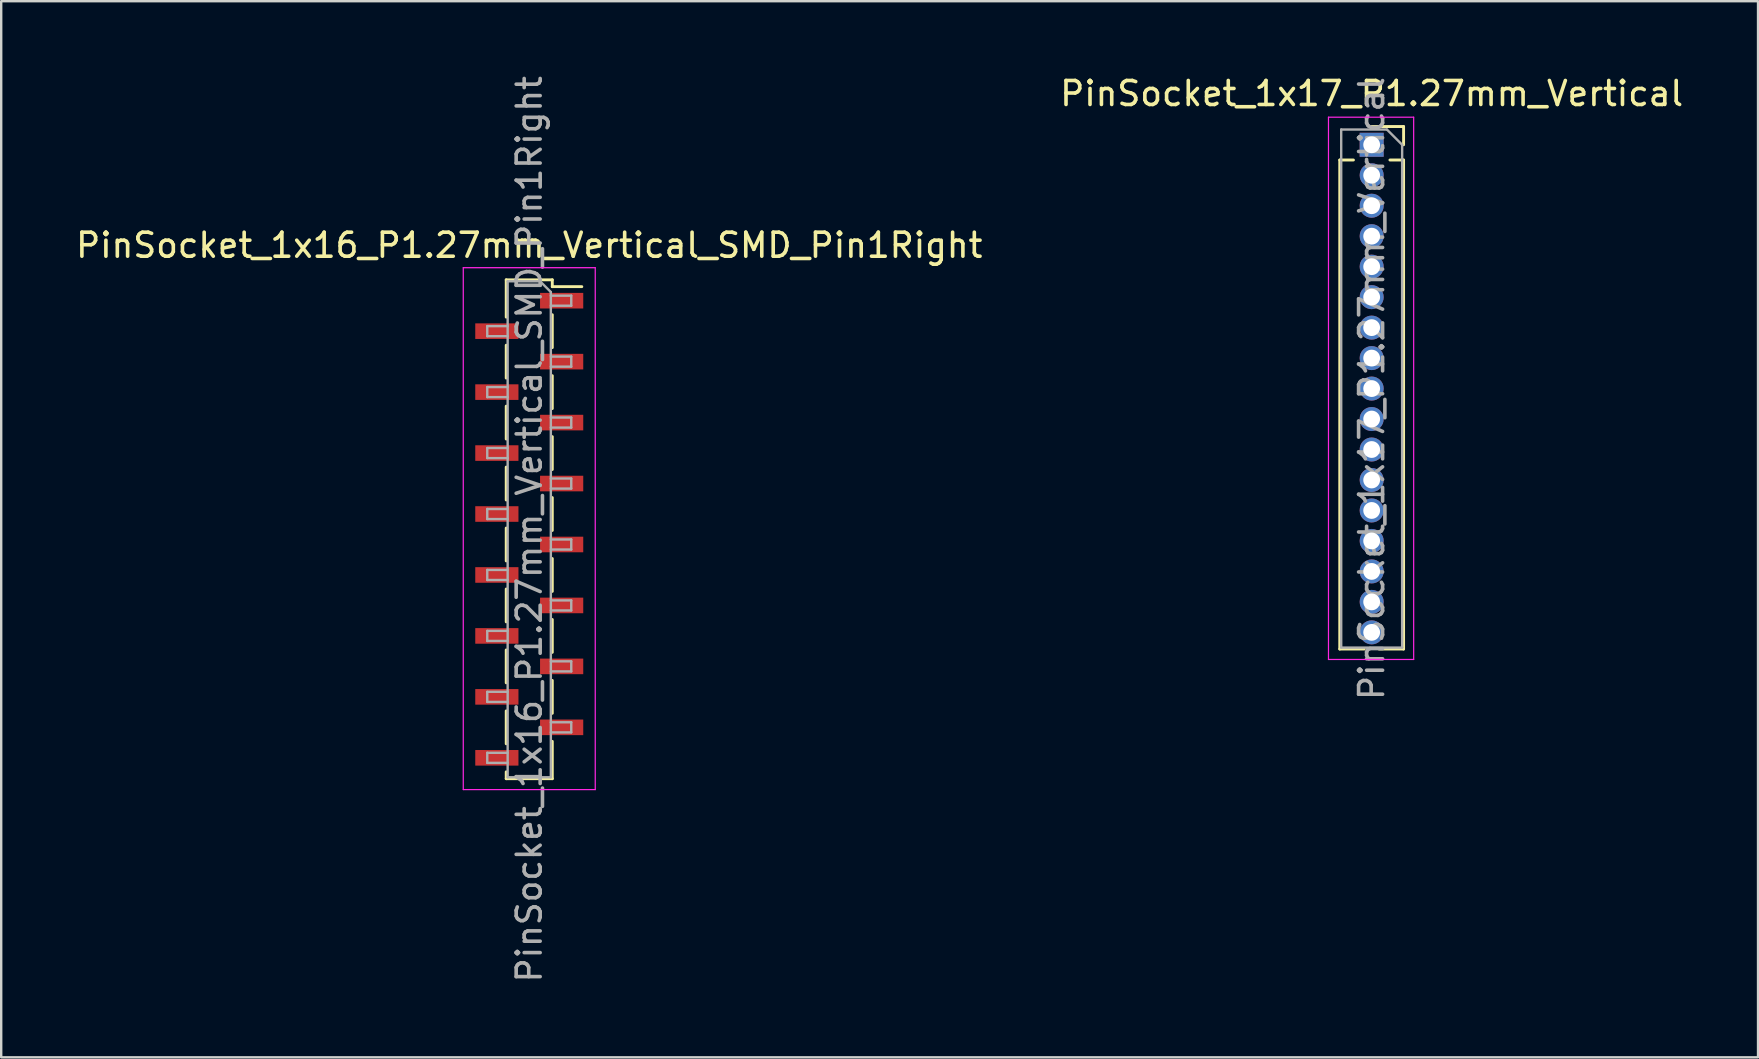
<source format=kicad_pcb>
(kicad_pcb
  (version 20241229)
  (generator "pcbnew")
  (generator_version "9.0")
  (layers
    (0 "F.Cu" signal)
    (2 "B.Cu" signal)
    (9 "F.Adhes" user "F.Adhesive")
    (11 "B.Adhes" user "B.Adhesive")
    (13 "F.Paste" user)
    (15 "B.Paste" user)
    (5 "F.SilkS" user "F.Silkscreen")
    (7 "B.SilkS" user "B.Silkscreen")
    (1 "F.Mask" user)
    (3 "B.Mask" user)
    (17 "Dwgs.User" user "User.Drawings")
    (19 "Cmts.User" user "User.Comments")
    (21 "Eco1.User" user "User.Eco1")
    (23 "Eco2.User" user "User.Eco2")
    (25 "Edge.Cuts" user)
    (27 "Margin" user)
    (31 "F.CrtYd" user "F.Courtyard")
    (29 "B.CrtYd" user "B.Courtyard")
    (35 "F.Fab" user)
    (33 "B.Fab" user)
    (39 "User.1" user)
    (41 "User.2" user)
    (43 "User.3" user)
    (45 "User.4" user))
  (footprint "PinSocket_1x17_P1.27mm_Vertical"
    (layer "F.Cu")
    (at 54.113 2.983)
    (property "Reference" "PinSocket_1x17_P1.27mm_Vertical" (at 0 -2.135 0) (layer "F.SilkS") (effects (font (size 1 1) (thickness 0.15))))
    (attr through_hole)
    (fp_line (start -1.33 0.635) (end -1.33 21.015) (stroke (width 0.12) (type solid)) (layer "F.SilkS"))
    (fp_line (start -1.33 0.635) (end -0.76 0.635) (stroke (width 0.12) (type solid)) (layer "F.SilkS"))
    (fp_line (start -1.33 21.015) (end -0.308 21.015) (stroke (width 0.12) (type solid)) (layer "F.SilkS"))
    (fp_line (start 0 -0.76) (end 1.33 -0.76) (stroke (width 0.12) (type solid)) (layer "F.SilkS"))
    (fp_line (start 0.308 21.015) (end 1.33 21.015) (stroke (width 0.12) (type solid)) (layer "F.SilkS"))
    (fp_line (start 0.76 0.635) (end 1.33 0.635) (stroke (width 0.12) (type solid)) (layer "F.SilkS"))
    (fp_line (start 1.33 -0.76) (end 1.33 0) (stroke (width 0.12) (type solid)) (layer "F.SilkS"))
    (fp_line (start 1.33 0.635) (end 1.33 21.015) (stroke (width 0.12) (type solid)) (layer "F.SilkS"))
    (fp_line (start -1.8 -1.15) (end 1.75 -1.15) (stroke (width 0.05) (type solid)) (layer "F.CrtYd"))
    (fp_line (start -1.8 21.45) (end -1.8 -1.15) (stroke (width 0.05) (type solid)) (layer "F.CrtYd"))
    (fp_line (start 1.75 -1.15) (end 1.75 21.45) (stroke (width 0.05) (type solid)) (layer "F.CrtYd"))
    (fp_line (start 1.75 21.45) (end -1.8 21.45) (stroke (width 0.05) (type solid)) (layer "F.CrtYd"))
    (fp_line (start -1.27 -0.635) (end 0.635 -0.635) (stroke (width 0.1) (type solid)) (layer "F.Fab"))
    (fp_line (start -1.27 20.955) (end -1.27 -0.635) (stroke (width 0.1) (type solid)) (layer "F.Fab"))
    (fp_line (start 0.635 -0.635) (end 1.27 0) (stroke (width 0.1) (type solid)) (layer "F.Fab"))
    (fp_line (start 1.27 0) (end 1.27 20.955) (stroke (width 0.1) (type solid)) (layer "F.Fab"))
    (fp_line (start 1.27 20.955) (end -1.27 20.955) (stroke (width 0.1) (type solid)) (layer "F.Fab"))
    (fp_text user "${REFERENCE}" (at 0 10.16 90) (layer "F.Fab") (effects (font (size 1 1) (thickness 0.15))))
    (pad "1" thru_hole rect (at 0 0) (size 1 1) (drill 0.7) (layers "*.Cu" "*.Mask"))
    (pad "2" thru_hole oval (at 0 1.27) (size 1 1) (drill 0.7) (layers "*.Cu" "*.Mask"))
    (pad "3" thru_hole oval (at 0 2.54) (size 1 1) (drill 0.7) (layers "*.Cu" "*.Mask"))
    (pad "4" thru_hole oval (at 0 3.81) (size 1 1) (drill 0.7) (layers "*.Cu" "*.Mask"))
    (pad "5" thru_hole oval (at 0 5.08) (size 1 1) (drill 0.7) (layers "*.Cu" "*.Mask"))
    (pad "6" thru_hole oval (at 0 6.35) (size 1 1) (drill 0.7) (layers "*.Cu" "*.Mask"))
    (pad "7" thru_hole oval (at 0 7.62) (size 1 1) (drill 0.7) (layers "*.Cu" "*.Mask"))
    (pad "8" thru_hole oval (at 0 8.89) (size 1 1) (drill 0.7) (layers "*.Cu" "*.Mask"))
    (pad "9" thru_hole oval (at 0 10.16) (size 1 1) (drill 0.7) (layers "*.Cu" "*.Mask"))
    (pad "10" thru_hole oval (at 0 11.43) (size 1 1) (drill 0.7) (layers "*.Cu" "*.Mask"))
    (pad "11" thru_hole oval (at 0 12.7) (size 1 1) (drill 0.7) (layers "*.Cu" "*.Mask"))
    (pad "12" thru_hole oval (at 0 13.97) (size 1 1) (drill 0.7) (layers "*.Cu" "*.Mask"))
    (pad "13" thru_hole oval (at 0 15.24) (size 1 1) (drill 0.7) (layers "*.Cu" "*.Mask"))
    (pad "14" thru_hole oval (at 0 16.51) (size 1 1) (drill 0.7) (layers "*.Cu" "*.Mask"))
    (pad "15" thru_hole oval (at 0 17.78) (size 1 1) (drill 0.7) (layers "*.Cu" "*.Mask"))
    (pad "16" thru_hole oval (at 0 19.05) (size 1 1) (drill 0.7) (layers "*.Cu" "*.Mask"))
    (pad "17" thru_hole oval (at 0 20.32) (size 1 1) (drill 0.7) (layers "*.Cu" "*.Mask")))
  (footprint "PinSocket_1x16_P1.27mm_Vertical_SMD_Pin1Right"
    (layer "F.Cu")
    (at 19.006 19.006)
    (property "Reference" "PinSocket_1x16_P1.27mm_Vertical_SMD_Pin1Right" (at 0 -11.835 0) (layer "F.SilkS") (effects (font (size 1 1) (thickness 0.15))))
    (attr smd)
    (fp_line (start -0.96 -10.395) (end -0.96 -8.84) (stroke (width 0.12) (type solid)) (layer "F.SilkS"))
    (fp_line (start -0.96 -10.395) (end 0.96 -10.395) (stroke (width 0.12) (type solid)) (layer "F.SilkS"))
    (fp_line (start -0.96 -7.67) (end -0.96 -6.3) (stroke (width 0.12) (type solid)) (layer "F.SilkS"))
    (fp_line (start -0.96 -5.13) (end -0.96 -3.76) (stroke (width 0.12) (type solid)) (layer "F.SilkS"))
    (fp_line (start -0.96 -2.59) (end -0.96 -1.22) (stroke (width 0.12) (type solid)) (layer "F.SilkS"))
    (fp_line (start -0.96 -0.05) (end -0.96 1.32) (stroke (width 0.12) (type solid)) (layer "F.SilkS"))
    (fp_line (start -0.96 2.49) (end -0.96 3.86) (stroke (width 0.12) (type solid)) (layer "F.SilkS"))
    (fp_line (start -0.96 5.03) (end -0.96 6.4) (stroke (width 0.12) (type solid)) (layer "F.SilkS"))
    (fp_line (start -0.96 7.57) (end -0.96 8.94) (stroke (width 0.12) (type solid)) (layer "F.SilkS"))
    (fp_line (start -0.96 10.11) (end -0.96 10.395) (stroke (width 0.12) (type solid)) (layer "F.SilkS"))
    (fp_line (start -0.96 10.395) (end 0.96 10.395) (stroke (width 0.12) (type solid)) (layer "F.SilkS"))
    (fp_line (start 0.96 -10.395) (end 0.96 -10.11) (stroke (width 0.12) (type solid)) (layer "F.SilkS"))
    (fp_line (start 0.96 -10.11) (end 2.19 -10.11) (stroke (width 0.12) (type solid)) (layer "F.SilkS"))
    (fp_line (start 0.96 -8.94) (end 0.96 -7.57) (stroke (width 0.12) (type solid)) (layer "F.SilkS"))
    (fp_line (start 0.96 -6.4) (end 0.96 -5.03) (stroke (width 0.12) (type solid)) (layer "F.SilkS"))
    (fp_line (start 0.96 -3.86) (end 0.96 -2.49) (stroke (width 0.12) (type solid)) (layer "F.SilkS"))
    (fp_line (start 0.96 -1.32) (end 0.96 0.05) (stroke (width 0.12) (type solid)) (layer "F.SilkS"))
    (fp_line (start 0.96 1.22) (end 0.96 2.59) (stroke (width 0.12) (type solid)) (layer "F.SilkS"))
    (fp_line (start 0.96 3.76) (end 0.96 5.13) (stroke (width 0.12) (type solid)) (layer "F.SilkS"))
    (fp_line (start 0.96 6.3) (end 0.96 7.67) (stroke (width 0.12) (type solid)) (layer "F.SilkS"))
    (fp_line (start 0.96 8.84) (end 0.96 10.395) (stroke (width 0.12) (type solid)) (layer "F.SilkS"))
    (fp_line (start -2.75 -10.9) (end 2.75 -10.9) (stroke (width 0.05) (type solid)) (layer "F.CrtYd"))
    (fp_line (start -2.75 10.85) (end -2.75 -10.9) (stroke (width 0.05) (type solid)) (layer "F.CrtYd"))
    (fp_line (start 2.75 -10.9) (end 2.75 10.85) (stroke (width 0.05) (type solid)) (layer "F.CrtYd"))
    (fp_line (start 2.75 10.85) (end -2.75 10.85) (stroke (width 0.05) (type solid)) (layer "F.CrtYd"))
    (fp_line (start -1.75 -8.465) (end -0.9 -8.465) (stroke (width 0.1) (type solid)) (layer "F.Fab"))
    (fp_line (start -1.75 -8.045) (end -1.75 -8.465) (stroke (width 0.1) (type solid)) (layer "F.Fab"))
    (fp_line (start -1.75 -5.925) (end -0.9 -5.925) (stroke (width 0.1) (type solid)) (layer "F.Fab"))
    (fp_line (start -1.75 -5.505) (end -1.75 -5.925) (stroke (width 0.1) (type solid)) (layer "F.Fab"))
    (fp_line (start -1.75 -3.385) (end -0.9 -3.385) (stroke (width 0.1) (type solid)) (layer "F.Fab"))
    (fp_line (start -1.75 -2.965) (end -1.75 -3.385) (stroke (width 0.1) (type solid)) (layer "F.Fab"))
    (fp_line (start -1.75 -0.845) (end -0.9 -0.845) (stroke (width 0.1) (type solid)) (layer "F.Fab"))
    (fp_line (start -1.75 -0.425) (end -1.75 -0.845) (stroke (width 0.1) (type solid)) (layer "F.Fab"))
    (fp_line (start -1.75 1.695) (end -0.9 1.695) (stroke (width 0.1) (type solid)) (layer "F.Fab"))
    (fp_line (start -1.75 2.115) (end -1.75 1.695) (stroke (width 0.1) (type solid)) (layer "F.Fab"))
    (fp_line (start -1.75 4.235) (end -0.9 4.235) (stroke (width 0.1) (type solid)) (layer "F.Fab"))
    (fp_line (start -1.75 4.655) (end -1.75 4.235) (stroke (width 0.1) (type solid)) (layer "F.Fab"))
    (fp_line (start -1.75 6.775) (end -0.9 6.775) (stroke (width 0.1) (type solid)) (layer "F.Fab"))
    (fp_line (start -1.75 7.195) (end -1.75 6.775) (stroke (width 0.1) (type solid)) (layer "F.Fab"))
    (fp_line (start -1.75 9.315) (end -0.9 9.315) (stroke (width 0.1) (type solid)) (layer "F.Fab"))
    (fp_line (start -1.75 9.735) (end -1.75 9.315) (stroke (width 0.1) (type solid)) (layer "F.Fab"))
    (fp_line (start -0.9 -10.335) (end 0.45 -10.335) (stroke (width 0.1) (type solid)) (layer "F.Fab"))
    (fp_line (start -0.9 -8.045) (end -1.75 -8.045) (stroke (width 0.1) (type solid)) (layer "F.Fab"))
    (fp_line (start -0.9 -5.505) (end -1.75 -5.505) (stroke (width 0.1) (type solid)) (layer "F.Fab"))
    (fp_line (start -0.9 -2.965) (end -1.75 -2.965) (stroke (width 0.1) (type solid)) (layer "F.Fab"))
    (fp_line (start -0.9 -0.425) (end -1.75 -0.425) (stroke (width 0.1) (type solid)) (layer "F.Fab"))
    (fp_line (start -0.9 2.115) (end -1.75 2.115) (stroke (width 0.1) (type solid)) (layer "F.Fab"))
    (fp_line (start -0.9 4.655) (end -1.75 4.655) (stroke (width 0.1) (type solid)) (layer "F.Fab"))
    (fp_line (start -0.9 7.195) (end -1.75 7.195) (stroke (width 0.1) (type solid)) (layer "F.Fab"))
    (fp_line (start -0.9 9.735) (end -1.75 9.735) (stroke (width 0.1) (type solid)) (layer "F.Fab"))
    (fp_line (start -0.9 10.335) (end -0.9 -10.335) (stroke (width 0.1) (type solid)) (layer "F.Fab"))
    (fp_line (start 0.45 -10.335) (end 0.9 -9.885) (stroke (width 0.1) (type solid)) (layer "F.Fab"))
    (fp_line (start 0.9 -9.885) (end 0.9 10.335) (stroke (width 0.1) (type solid)) (layer "F.Fab"))
    (fp_line (start 0.9 -9.735) (end 1.75 -9.735) (stroke (width 0.1) (type solid)) (layer "F.Fab"))
    (fp_line (start 0.9 -7.195) (end 1.75 -7.195) (stroke (width 0.1) (type solid)) (layer "F.Fab"))
    (fp_line (start 0.9 -4.655) (end 1.75 -4.655) (stroke (width 0.1) (type solid)) (layer "F.Fab"))
    (fp_line (start 0.9 -2.115) (end 1.75 -2.115) (stroke (width 0.1) (type solid)) (layer "F.Fab"))
    (fp_line (start 0.9 0.425) (end 1.75 0.425) (stroke (width 0.1) (type solid)) (layer "F.Fab"))
    (fp_line (start 0.9 2.965) (end 1.75 2.965) (stroke (width 0.1) (type solid)) (layer "F.Fab"))
    (fp_line (start 0.9 5.505) (end 1.75 5.505) (stroke (width 0.1) (type solid)) (layer "F.Fab"))
    (fp_line (start 0.9 8.045) (end 1.75 8.045) (stroke (width 0.1) (type solid)) (layer "F.Fab"))
    (fp_line (start 0.9 10.335) (end -0.9 10.335) (stroke (width 0.1) (type solid)) (layer "F.Fab"))
    (fp_line (start 1.75 -9.735) (end 1.75 -9.315) (stroke (width 0.1) (type solid)) (layer "F.Fab"))
    (fp_line (start 1.75 -9.315) (end 0.9 -9.315) (stroke (width 0.1) (type solid)) (layer "F.Fab"))
    (fp_line (start 1.75 -7.195) (end 1.75 -6.775) (stroke (width 0.1) (type solid)) (layer "F.Fab"))
    (fp_line (start 1.75 -6.775) (end 0.9 -6.775) (stroke (width 0.1) (type solid)) (layer "F.Fab"))
    (fp_line (start 1.75 -4.655) (end 1.75 -4.235) (stroke (width 0.1) (type solid)) (layer "F.Fab"))
    (fp_line (start 1.75 -4.235) (end 0.9 -4.235) (stroke (width 0.1) (type solid)) (layer "F.Fab"))
    (fp_line (start 1.75 -2.115) (end 1.75 -1.695) (stroke (width 0.1) (type solid)) (layer "F.Fab"))
    (fp_line (start 1.75 -1.695) (end 0.9 -1.695) (stroke (width 0.1) (type solid)) (layer "F.Fab"))
    (fp_line (start 1.75 0.425) (end 1.75 0.845) (stroke (width 0.1) (type solid)) (layer "F.Fab"))
    (fp_line (start 1.75 0.845) (end 0.9 0.845) (stroke (width 0.1) (type solid)) (layer "F.Fab"))
    (fp_line (start 1.75 2.965) (end 1.75 3.385) (stroke (width 0.1) (type solid)) (layer "F.Fab"))
    (fp_line (start 1.75 3.385) (end 0.9 3.385) (stroke (width 0.1) (type solid)) (layer "F.Fab"))
    (fp_line (start 1.75 5.505) (end 1.75 5.925) (stroke (width 0.1) (type solid)) (layer "F.Fab"))
    (fp_line (start 1.75 5.925) (end 0.9 5.925) (stroke (width 0.1) (type solid)) (layer "F.Fab"))
    (fp_line (start 1.75 8.045) (end 1.75 8.465) (stroke (width 0.1) (type solid)) (layer "F.Fab"))
    (fp_line (start 1.75 8.465) (end 0.9 8.465) (stroke (width 0.1) (type solid)) (layer "F.Fab"))
    (fp_text user "${REFERENCE}" (at 0 0 90) (layer "F.Fab") (effects (font (size 1 1) (thickness 0.15))))
    (pad "1" smd rect (at 1.35 -9.525) (size 1.8 0.65) (layers "F.Cu" "F.Mask" "F.Paste"))
    (pad "2" smd rect (at -1.35 -8.255) (size 1.8 0.65) (layers "F.Cu" "F.Mask" "F.Paste"))
    (pad "3" smd rect (at 1.35 -6.985) (size 1.8 0.65) (layers "F.Cu" "F.Mask" "F.Paste"))
    (pad "4" smd rect (at -1.35 -5.715) (size 1.8 0.65) (layers "F.Cu" "F.Mask" "F.Paste"))
    (pad "5" smd rect (at 1.35 -4.445) (size 1.8 0.65) (layers "F.Cu" "F.Mask" "F.Paste"))
    (pad "6" smd rect (at -1.35 -3.175) (size 1.8 0.65) (layers "F.Cu" "F.Mask" "F.Paste"))
    (pad "7" smd rect (at 1.35 -1.905) (size 1.8 0.65) (layers "F.Cu" "F.Mask" "F.Paste"))
    (pad "8" smd rect (at -1.35 -0.635) (size 1.8 0.65) (layers "F.Cu" "F.Mask" "F.Paste"))
    (pad "9" smd rect (at 1.35 0.635) (size 1.8 0.65) (layers "F.Cu" "F.Mask" "F.Paste"))
    (pad "10" smd rect (at -1.35 1.905) (size 1.8 0.65) (layers "F.Cu" "F.Mask" "F.Paste"))
    (pad "11" smd rect (at 1.35 3.175) (size 1.8 0.65) (layers "F.Cu" "F.Mask" "F.Paste"))
    (pad "12" smd rect (at -1.35 4.445) (size 1.8 0.65) (layers "F.Cu" "F.Mask" "F.Paste"))
    (pad "13" smd rect (at 1.35 5.715) (size 1.8 0.65) (layers "F.Cu" "F.Mask" "F.Paste"))
    (pad "14" smd rect (at -1.35 6.985) (size 1.8 0.65) (layers "F.Cu" "F.Mask" "F.Paste"))
    (pad "15" smd rect (at 1.35 8.255) (size 1.8 0.65) (layers "F.Cu" "F.Mask" "F.Paste"))
    (pad "16" smd rect (at -1.35 9.525) (size 1.8 0.65) (layers "F.Cu" "F.Mask" "F.Paste")))
  (gr_rect
    (start -3 -3)
    (end 70.214 41.012)
    (stroke (width 0.1) (type default))
    (fill no)
    (layer "Edge.Cuts")))
</source>
